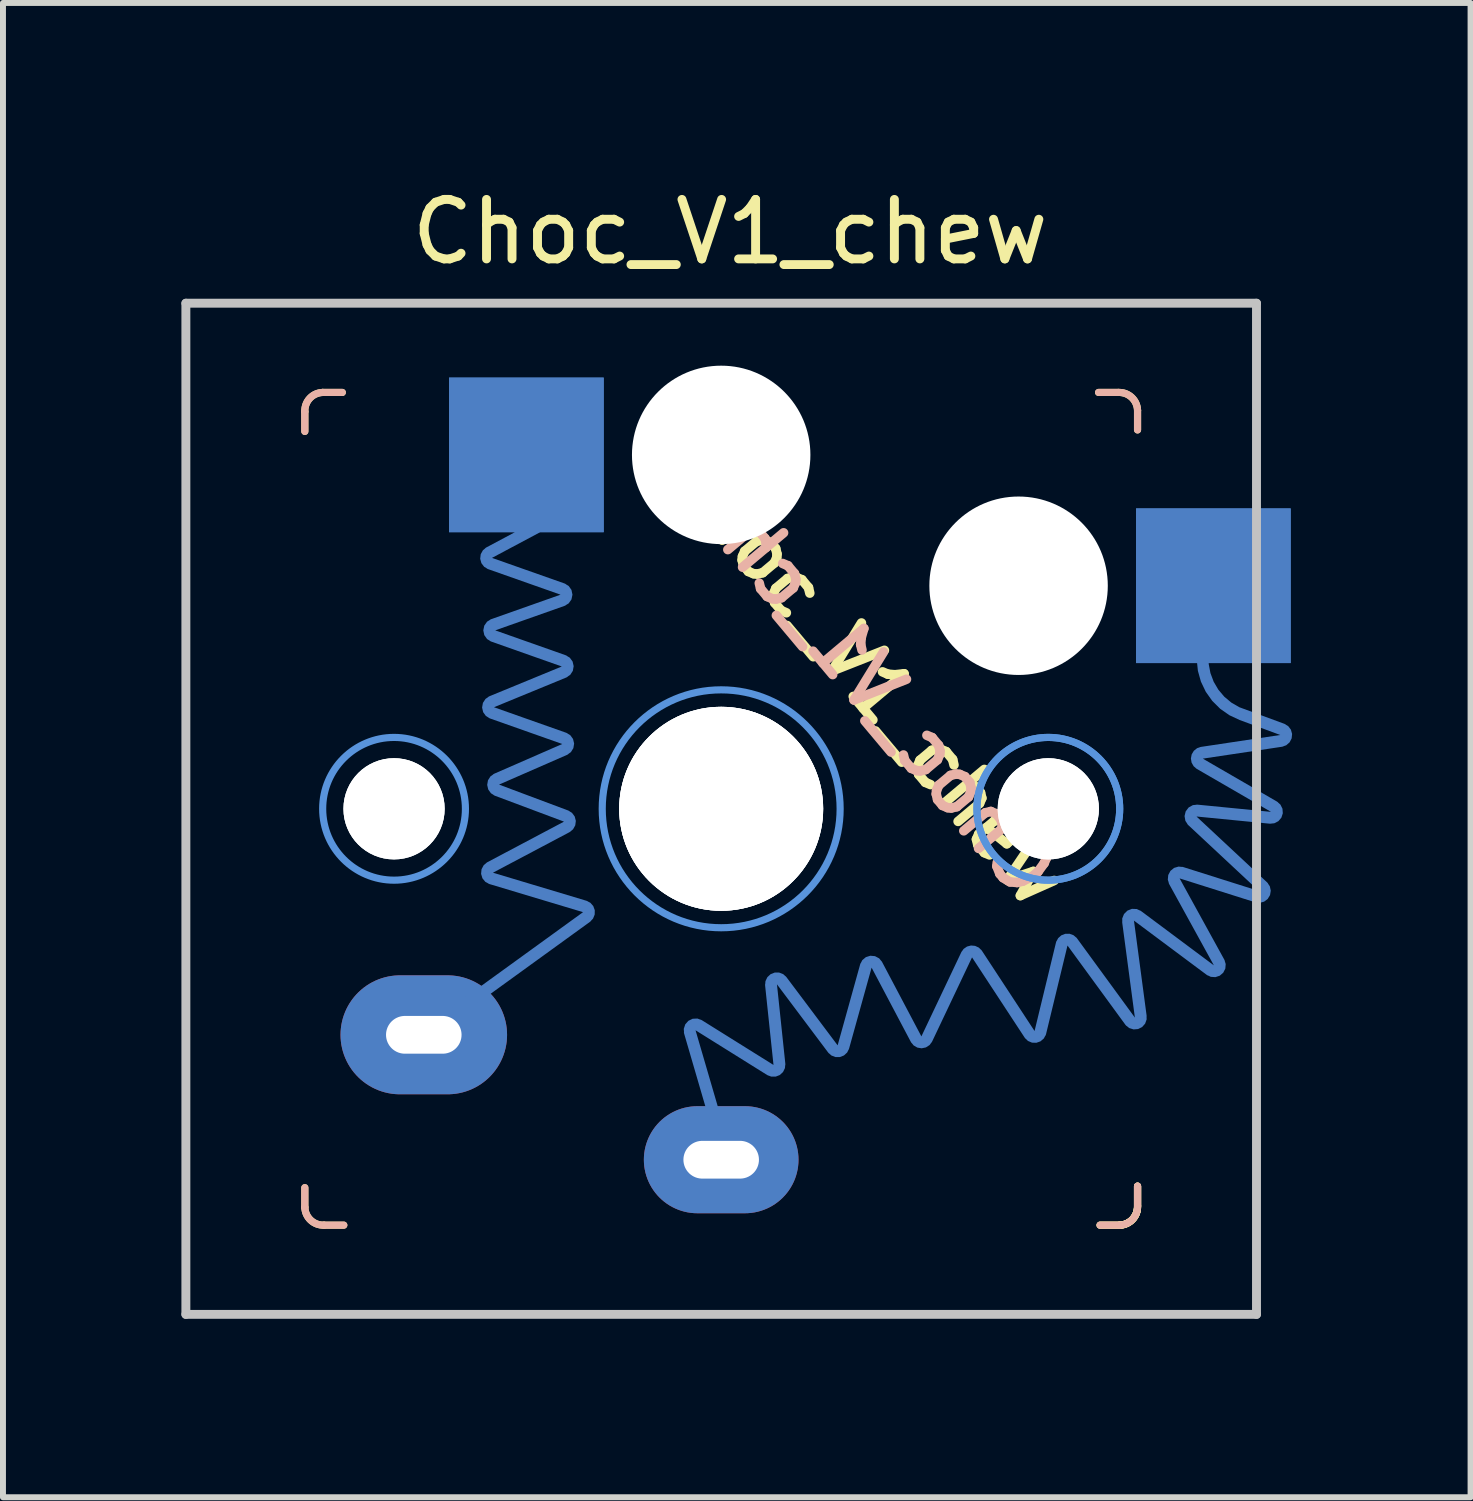
<source format=kicad_pcb>
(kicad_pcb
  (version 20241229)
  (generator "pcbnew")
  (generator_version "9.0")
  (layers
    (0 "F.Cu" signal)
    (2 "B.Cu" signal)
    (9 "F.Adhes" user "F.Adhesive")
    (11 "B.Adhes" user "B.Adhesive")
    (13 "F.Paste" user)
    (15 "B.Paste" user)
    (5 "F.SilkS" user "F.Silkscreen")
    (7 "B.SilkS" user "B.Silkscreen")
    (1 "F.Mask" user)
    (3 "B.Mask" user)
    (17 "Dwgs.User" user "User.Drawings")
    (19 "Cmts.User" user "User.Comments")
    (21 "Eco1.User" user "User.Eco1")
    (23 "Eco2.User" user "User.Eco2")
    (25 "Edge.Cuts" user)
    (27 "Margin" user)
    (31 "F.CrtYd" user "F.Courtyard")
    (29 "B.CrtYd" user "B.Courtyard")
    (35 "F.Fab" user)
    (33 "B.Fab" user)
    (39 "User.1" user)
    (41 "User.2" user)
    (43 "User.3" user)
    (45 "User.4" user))
  (footprint "Choc_V1_chew"
    (layer "F.Cu")
    (at 9.075 10.548)
    (property "Reference" "Choc_V1_chew" (at 0.15 -9.7 0) (layer "F.SilkS") (effects (font (size 1 1) (thickness 0.15))))
    (attr through_hole)
    (fp_line (start -7 -6.675) (end -7 -6.345) (stroke (width 0.12) (type solid)) (layer "F.SilkS"))
    (fp_line (start -7 6.7) (end -7 6.37) (stroke (width 0.12) (type solid)) (layer "F.SilkS"))
    (fp_line (start -6.7 -7) (end -6.37 -7) (stroke (width 0.12) (type solid)) (layer "F.SilkS"))
    (fp_line (start -6.675 7) (end -6.345 7) (stroke (width 0.12) (type solid)) (layer "F.SilkS"))
    (fp_line (start 6.675 -7) (end 6.345 -7) (stroke (width 0.12) (type solid)) (layer "F.SilkS"))
    (fp_line (start 6.7 7) (end 6.37 7) (stroke (width 0.12) (type solid)) (layer "F.SilkS"))
    (fp_line (start 6.7 7) (end 6.37 7) (stroke (width 0.12) (type solid)) (layer "F.SilkS"))
    (fp_line (start 7 6.675) (end 7 6.345) (stroke (width 0.12) (type solid)) (layer "F.SilkS"))
    (fp_line (start 7 6.675) (end 7 6.345) (stroke (width 0.12) (type solid)) (layer "F.SilkS"))
    (fp_line (start 7 -6.7) (end 7 -6.37) (stroke (width 0.12) (type solid)) (layer "F.SilkS"))
    (fp_line (start 7 6.675) (end 7 6.345) (stroke (width 0.12) (type solid)) (layer "F.SilkS"))
    (fp_arc (start -7.000002 -6.679997) (mid -6.916276 -6.902132) (end -6.7 -7.000001) (stroke (width 0.12) (type solid)) (layer "F.SilkS"))
    (fp_arc (start -6.679999 7.000002) (mid -6.902134 6.916276) (end -7.000001 6.699998) (stroke (width 0.12) (type solid)) (layer "F.SilkS"))
    (fp_arc (start 6.679997 -7.000002) (mid 6.902132 -6.916277) (end 7.000001 -6.7) (stroke (width 0.12) (type solid)) (layer "F.SilkS"))
    (fp_arc (start 7.000002 6.679997) (mid 6.916277 6.902132) (end 6.7 7.000001) (stroke (width 0.12) (type solid)) (layer "F.SilkS"))
    (fp_arc (start 7.000002 6.679997) (mid 6.916277 6.902132) (end 6.7 7.000001) (stroke (width 0.12) (type solid)) (layer "F.SilkS"))
    (fp_arc (start 7.000002 6.679999) (mid 6.916276 6.902134) (end 6.699998 7.000001) (stroke (width 0.12) (type solid)) (layer "F.SilkS"))
    (fp_arc (start 7.000002 6.679999) (mid 6.916276 6.902134) (end 6.699998 7.000001) (stroke (width 0.12) (type solid)) (layer "F.SilkS"))
    (fp_line (start -7 -6.675) (end -7 -6.345) (stroke (width 0.12) (type solid)) (layer "B.SilkS"))
    (fp_line (start -7 6.7) (end -7 6.37) (stroke (width 0.12) (type solid)) (layer "B.SilkS"))
    (fp_line (start -6.7 -7) (end -6.37 -7) (stroke (width 0.12) (type solid)) (layer "B.SilkS"))
    (fp_line (start -6.675 7) (end -6.345 7) (stroke (width 0.12) (type solid)) (layer "B.SilkS"))
    (fp_line (start 6.675 -7) (end 6.345 -7) (stroke (width 0.12) (type solid)) (layer "B.SilkS"))
    (fp_line (start 6.7 7) (end 6.37 7) (stroke (width 0.12) (type solid)) (layer "B.SilkS"))
    (fp_line (start 7 6.675) (end 7 6.345) (stroke (width 0.12) (type solid)) (layer "B.SilkS"))
    (fp_line (start 7 6.675) (end 7 6.345) (stroke (width 0.12) (type solid)) (layer "B.SilkS"))
    (fp_line (start 7 -6.7) (end 7 -6.37) (stroke (width 0.12) (type solid)) (layer "B.SilkS"))
    (fp_arc (start -7.000002 -6.679997) (mid -6.916276 -6.902132) (end -6.7 -7.000001) (stroke (width 0.12) (type solid)) (layer "B.SilkS"))
    (fp_arc (start -6.679999 7.000002) (mid -6.902134 6.916276) (end -7.000001 6.699998) (stroke (width 0.12) (type solid)) (layer "B.SilkS"))
    (fp_arc (start 6.679997 -7.000002) (mid 6.902132 -6.916277) (end 7.000001 -6.7) (stroke (width 0.12) (type solid)) (layer "B.SilkS"))
    (fp_arc (start 7.000002 6.679999) (mid 6.916276 6.902134) (end 6.699998 7.000001) (stroke (width 0.12) (type solid)) (layer "B.SilkS"))
    (fp_line (start -9 -8.5) (end -9 8.5) (stroke (width 0.15) (type solid)) (layer "Dwgs.User"))
    (fp_line (start -9 8.5) (end 9 8.5) (stroke (width 0.15) (type solid)) (layer "Dwgs.User"))
    (fp_line (start 9 -8.5) (end -9 -8.5) (stroke (width 0.15) (type solid)) (layer "Dwgs.User"))
    (fp_line (start 9 -8.5) (end 9 8.5) (stroke (width 0.15) (type solid)) (layer "Dwgs.User"))
    (fp_circle (center -5.5 -0.000001) (end -6.7 0) (stroke (width 0.12) (type solid)) (fill no) (layer "Cmts.User"))
    (fp_circle (center 0 0) (end -2 0) (stroke (width 0.12) (type solid)) (fill no) (layer "Cmts.User"))
    (fp_circle (center 5.5 0.000001) (end 4.3 0.000001) (stroke (width 0.12) (type solid)) (fill no) (layer "Cmts.User"))
    (fp_circle (center 5.5 0.000001) (end 4.3 0.000001) (stroke (width 0.12) (type solid)) (fill no) (layer "Cmts.User"))
    (fp_text user "${REFERENCE}" (at 2.45 -2.25 130) (layer "F.SilkS") (effects (font (size 0.9 0.9) (thickness 0.16))))
    (fp_text user "${REFERENCE}" (at 2.27 -2.42 130) (layer "B.SilkS") (effects (font (size 0.9 0.9) (thickness 0.16)) (justify mirror)))
    (pad "" np_thru_hole circle (at -5.5 -0.000001 180) (size 1.702 1.702) (drill 1.702) (layers "*.Cu" "*.Mask"))
    (pad "" np_thru_hole circle (at -5.5 -0.000001 358) (size 1.702 1.702) (drill 1.702) (layers "*.Cu" "*.Mask"))
    (pad "" np_thru_hole circle (at 0 0 358) (size 3.429 3.429) (drill 3.429) (layers "*.Cu" "*.Mask"))
    (pad "" np_thru_hole circle (at 0 0 2) (size 3.429 3.429) (drill 3.429) (layers "*.Cu" "*.Mask"))
    (pad "" np_thru_hole circle (at 0 0 180) (size 3.429 3.429) (drill 3.429) (layers "*.Cu" "*.Mask"))
    (pad "" np_thru_hole circle (at 0.000001 -5.95 180) (size 3 3) (drill 3) (layers "*.Cu" "*.Mask"))
    (pad "" np_thru_hole circle (at 5 -3.75 180) (size 3 3) (drill 3) (layers "*.Cu" "*.Mask"))
    (pad "" np_thru_hole circle (at 5.5 0.000001 358) (size 1.702 1.702) (drill 1.702) (layers "*.Cu" "*.Mask"))
    (pad "" np_thru_hole circle (at 5.5 0.000001 180) (size 1.702 1.702) (drill 1.702) (layers "*.Cu" "*.Mask"))
    (pad "1" thru_hole oval (at 0.000001 5.9 180) (size 2.6 1.8) (drill oval 1.27 0.635) (layers "*.Cu" "*.Mask"))
    (pad "1" smd rect (at 8.275 -3.75 180) (size 2.6 2.6) (layers "B.Cu" "B.Mask" "B.Paste"))
    (pad "1" smd custom (at 8.275 -3.75 180) (size 2.6 2.6) (layers "B.Cu") (options (anchor rect)) (primitives (gr_arc (start -0.474601 -2.163012) (mid 0.041896 -1.731227) (end 0.167639 -1.069866) (width 0.2)) (gr_line (start 0.168 -1.07) (end 0 0) (width 0.2)) (gr_line (start -1.159 -2.415) (end -0.475 -2.163) (width 0.2)) (gr_arc (start -1.158951 -2.415141) (mid -1.223898 -2.519184) (end -1.139215 -2.607869) (width 0.2)) (gr_line (start 0.193 -2.808) (end -1.139 -2.608) (width 0.2)) (gr_arc (start 0.227868 -2.993077) (mid 0.276051 -2.887823) (end 0.192599 -2.807641) (width 0.2)) (gr_line (start -1.019 -3.715) (end 0.228 -2.993) (width 0.2)) (gr_arc (start -1.018888 -3.714883) (mid -1.063855 -3.832364) (end -0.958316 -3.900876) (width 0.2)) (gr_line (start 0.274 -3.78) (end -0.958 -3.901) (width 0.2)) (gr_arc (start 0.355428 -3.949731) (mid 0.375 -3.835949) (end 0.274249 -3.77957) (width 0.2)) (gr_line (start -0.836 -5.061) (end 0.355 -3.95) (width 0.2)) (gr_arc (start -0.835749 -5.06075) (mid -0.850534 -5.183415) (end -0.734926 -5.22682) (width 0.2)) (gr_line (start 0.537 -4.825) (end -0.735 -5.227) (width 0.2)) (gr_arc (start 0.654706 -4.968718) (mid 0.644421 -4.857089) (end 0.536971 -4.825168) (width 0.2)) (gr_line (start -0.096 -6.334) (end 0.655 -4.969) (width 0.2)) (gr_arc (start -0.096153 -6.333916) (mid -0.073733 -6.457927) (end 0.052213 -6.461544) (width 0.2)) (gr_line (start 1.275 -5.55) (end 0.052 -6.462) (width 0.2)) (gr_arc (start 1.433025 -5.652599) (mid 1.390209 -5.545561) (end 1.275 -5.550001) (width 0.2)) (gr_line (start 1.222 -7.237) (end 1.433 -5.653) (width 0.2)) (gr_arc (start 1.222223 -7.237319) (mid 1.275 -7.350001) (end 1.396697 -7.324052) (width 0.2)) (gr_line (start 2.375 -5.985) (end 1.397 -7.324) (width 0.2)) (gr_arc (start 2.547551 -6.018059) (mid 2.471228 -5.949963) (end 2.375 -5.984601) (width 0.2)) (gr_line (start 2.911 -7.517) (end 2.548 -6.018) (width 0.2)) (gr_arc (start 2.911344 -7.516573) (mid 2.991317 -7.585219) (end 3.088399 -7.544129) (width 0.2)) (gr_line (start 3.976 -6.19) (end 3.088 -7.544) (width 0.2)) (gr_arc (start 4.148311 -6.20477) (mid 4.066525 -6.14793) (end 3.976241 -6.18991) (width 0.2)) (gr_line (start 4.819 -7.62) (end 4.148 -6.205) (width 0.2)) (gr_arc (start 4.818515 -7.619645) (mid 4.906733 -7.676803) (end 4.997327 -7.623511) (width 0.2)) (gr_line (start 5.658 -6.373) (end 4.997 -7.624) (width 0.2)) (gr_arc (start 5.842345 -6.392444) (mid 5.75671 -6.319785) (end 5.657555 -6.372533) (width 0.2)) (gr_line (start 5.842 -6.392) (end 6.221 -7.754) (width 0.2)) (gr_arc (start 6.2206 -7.754162) (mid 6.298431 -7.825669) (end 6.396952 -7.787398) (width 0.2)) (gr_line (start 6.397 -7.787) (end 7.258 -6.64) (width 0.2)) (gr_arc (start 7.437073 -6.710306) (mid 7.374173 -6.606759) (end 7.257623 -6.639838) (width 0.2)) (gr_line (start 7.437 -6.71) (end 7.296 -8.046) (width 0.2)) (gr_arc (start 7.29647 -8.046033) (mid 7.342926 -8.141304) (end 7.448921 -8.141301) (width 0.2)) (gr_line (start 7.449 -8.141) (end 8.653 -7.389) (width 0.2)) (gr_arc (start 8.801549 -7.501833) (mid 8.765908 -7.394103) (end 8.652549 -7.389033) (width 0.2)) (gr_line (start 8.802 -7.502) (end 8.175 -9.65) (width 0.2))))
    (pad "2" thru_hole oval (at -5 3.8 180) (size 2.8 2) (drill oval 1.27 0.635) (layers "*.Cu" "*.Mask"))
    (pad "2" smd rect (at -3.275 -5.95 180) (size 2.6 2.6) (layers "B.Cu" "B.Mask" "B.Paste"))
    (pad "2" smd custom (at -3.275 -5.95 180) (size 2.6 2.6) (layers "B.Cu") (options (anchor rect)) (primitives (gr_line (start 0.625 -1.643) (end -0.675 -0.95) (width 0.2)) (gr_arc (start 0.610752 -1.825617) (mid 0.677186 -1.738844) (end 0.624529 -1.643083) (width 0.2)) (gr_line (start -0.608 -2.256) (end 0.611 -1.826) (width 0.2)) (gr_arc (start -0.60782 -2.255701) (mid -0.674538 -2.35) (end -0.60782 -2.444299) (width 0.2)) (gr_line (start 0.558 -2.856) (end -0.608 -2.444) (width 0.2)) (gr_arc (start 0.557818 -3.044299) (mid 0.624536 -2.95) (end 0.557818 -2.855701) (width 0.2)) (gr_line (start -0.628 -3.463) (end 0.558 -3.044) (width 0.2)) (gr_arc (start -0.628187 -3.462889) (mid -0.694872 -3.554623) (end -0.63298 -3.649656) (width 0.2)) (gr_line (start 0.583 -4.15) (end -0.633 -3.65) (width 0.2)) (gr_arc (start 0.578185 -4.337111) (mid 0.64487 -4.245377) (end 0.582978 -4.150344) (width 0.2)) (gr_line (start -0.636 -4.766) (end 0.578 -4.337) (width 0.2)) (gr_arc (start -0.636034 -4.765659) (mid -0.702685 -4.856303) (end -0.642834 -4.951573) (width 0.2)) (gr_line (start 0.499 -5.451) (end -0.643 -4.952) (width 0.2)) (gr_arc (start 0.494325 -5.636503) (mid 0.559177 -5.545552) (end 0.499295 -5.451254) (width 0.2)) (gr_line (start -0.667 -6.072) (end 0.494 -5.637) (width 0.2)) (gr_arc (start -0.666917 -6.071969) (mid -0.731599 -6.159199) (end -0.678594 -6.25398) (width 0.2)) (gr_line (start 0.609 -6.936) (end -0.679 -6.254) (width 0.2)) (gr_arc (start 0.591437 -7.120069) (mid 0.662225 -7.034043) (end 0.609491 -6.935907) (width 0.2)) (gr_line (start -0.981 -7.592) (end 0.591 -7.12) (width 0.2)) (gr_arc (start -0.981238 -7.591871) (mid -1.051101 -7.670968) (end -1.011154 -7.768648) (width 0.2)) (gr_line (start 1.725 -9.75) (end -1.011 -7.769) (width 0.2)))))
  (gr_rect
    (start -3 -3)
    (end 21.674 22.123)
    (stroke (width 0.1) (type default))
    (fill no)
    (layer "Edge.Cuts")))
</source>
